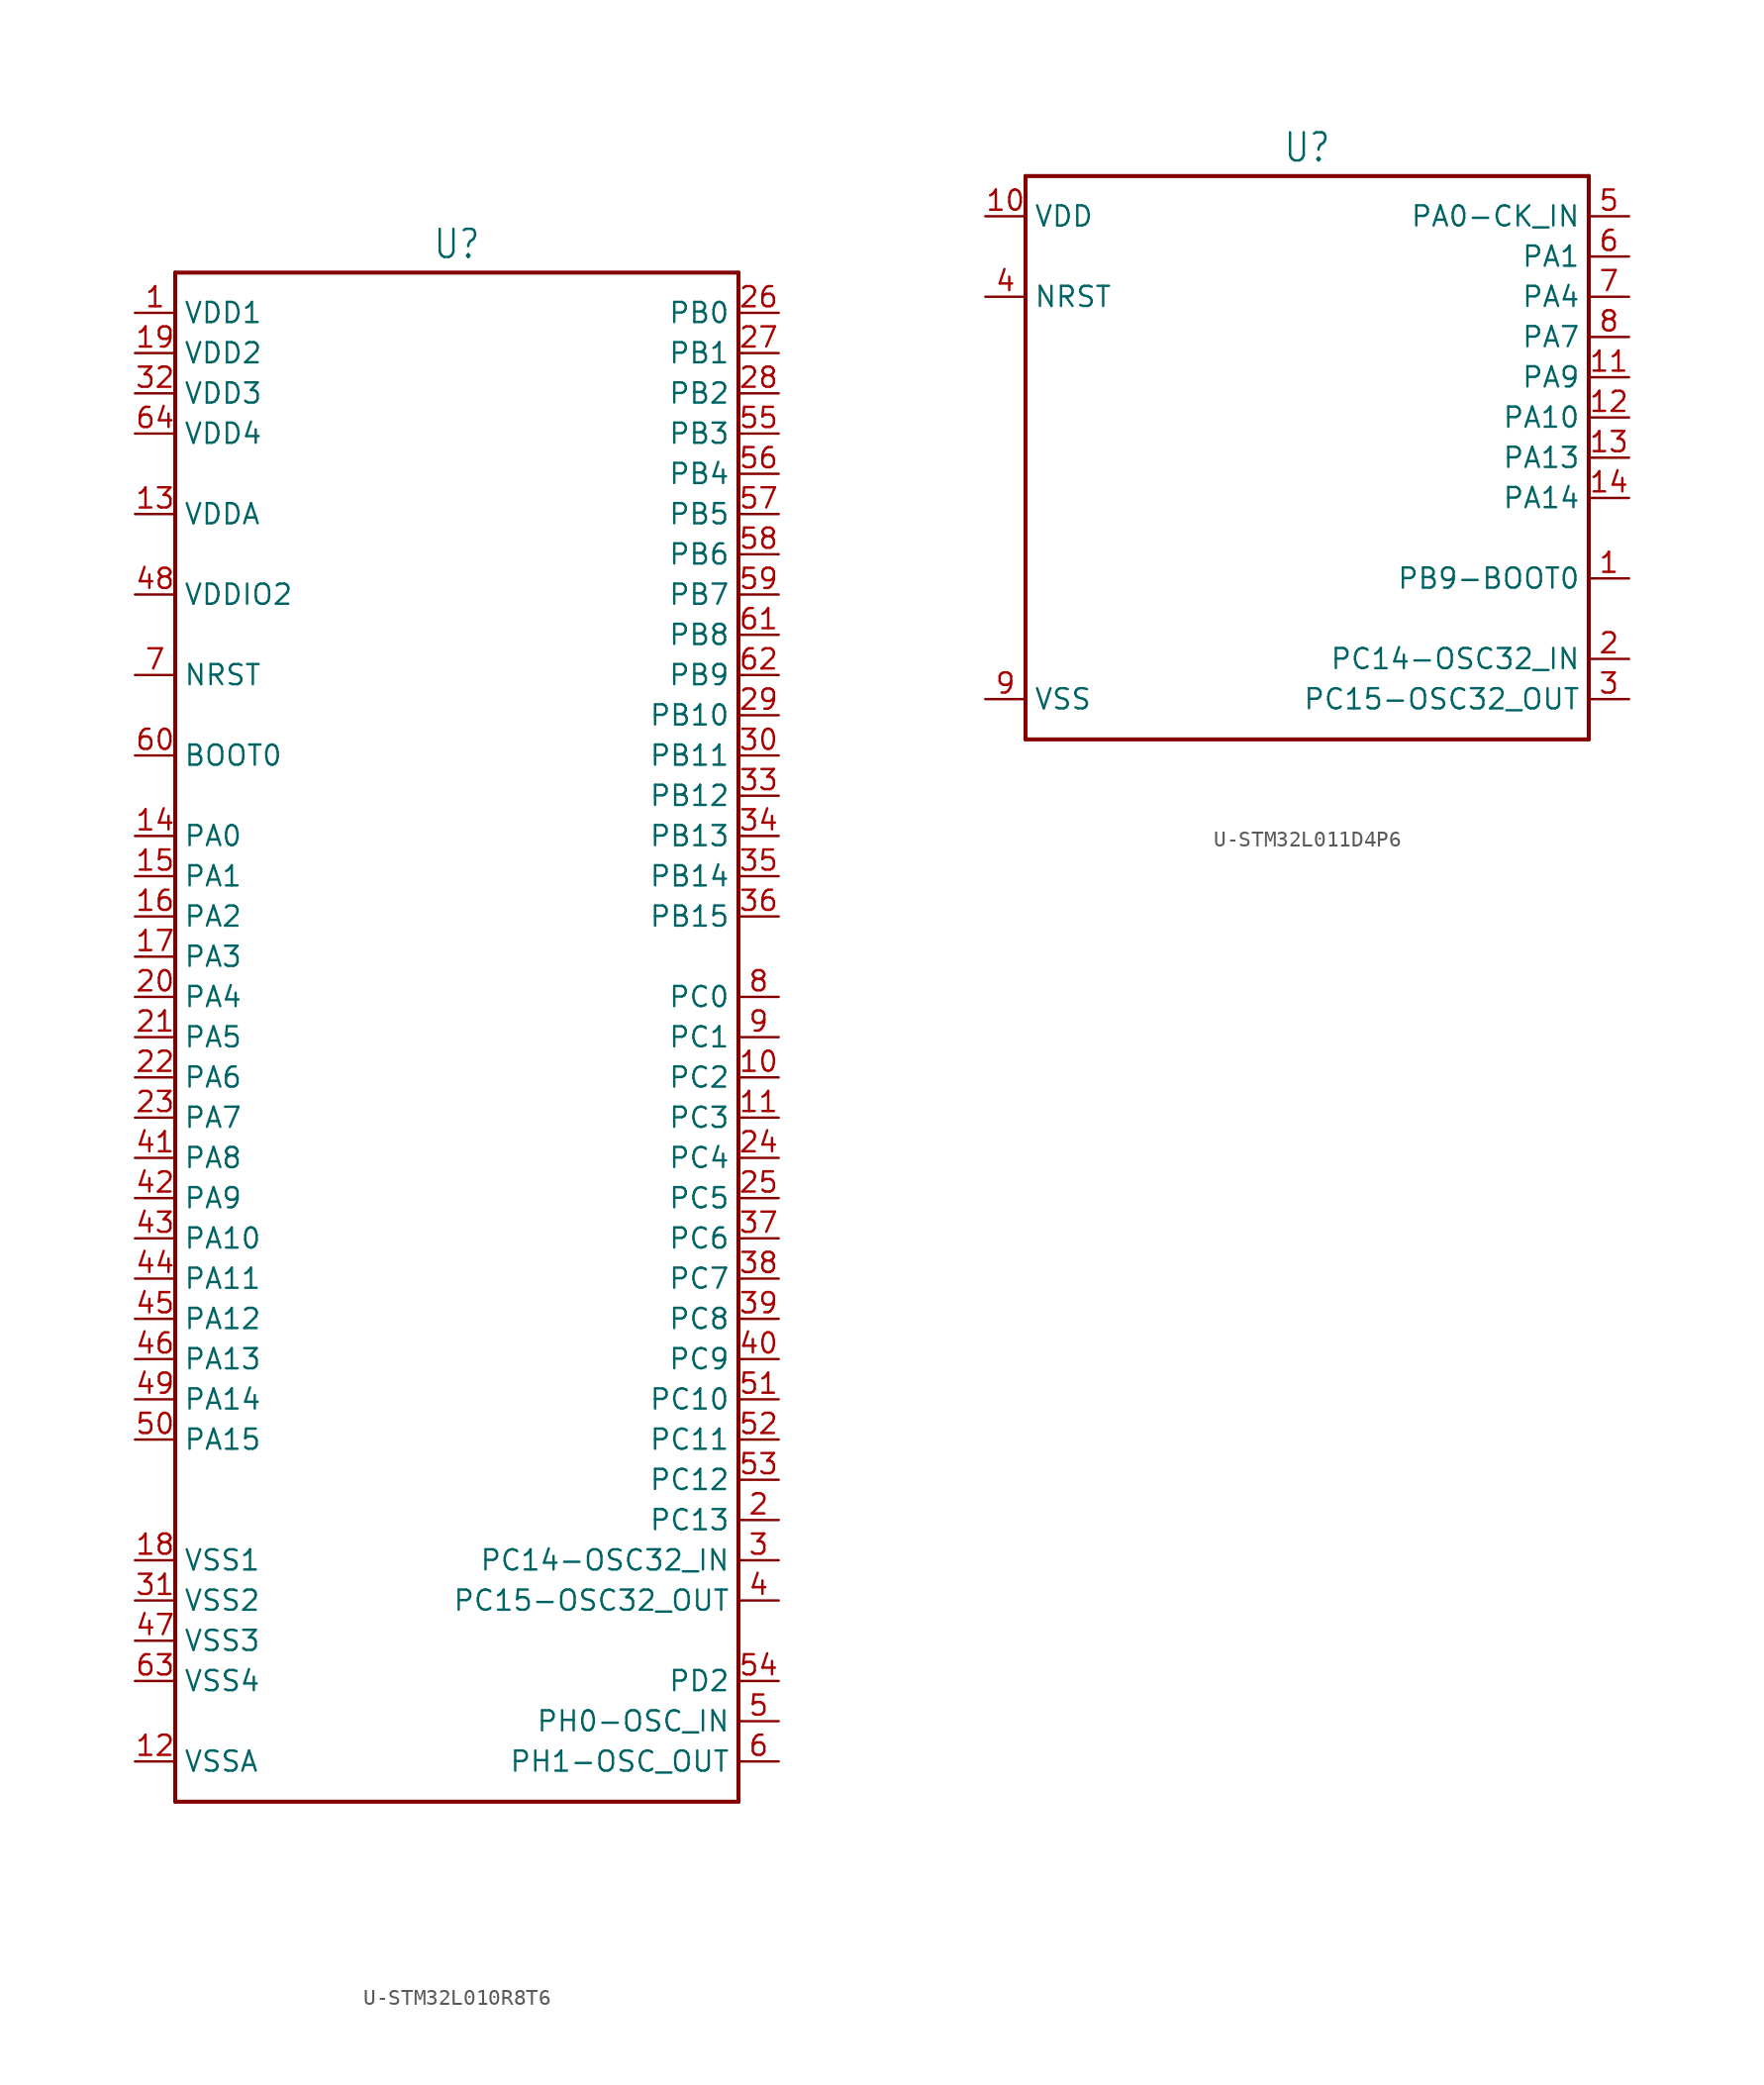
<source format=kicad_sym>
(kicad_symbol_lib
  (version 20231120)
  (generator "kicad_symbol_editor")
  (generator_version "8.0")
  (symbol "U-STM32L010R8T6"
    (property "Reference" "U"
      (at 0 49.022 0)
      (effects (font (size 1.778 1.511)) (justify bottom)))
    (property "Value" ""
      (at 0 -49.022 0)
      (effects (font (size 1.778 1.511)) (justify top)))
    (property "ki_locked" ""
      (at 0 0 0)
      (effects (font (size 1.27 1.27))))
    (symbol "U-STM32L010R8T6_1_0"
      (polyline (pts (xy -17.78 -48.26) (xy -17.78 48.26)) (stroke (width 0.254) (type solid)) (fill (type none)))
      (polyline (pts (xy -17.78 48.26) (xy 17.78 48.26)) (stroke (width 0.254) (type solid)) (fill (type none)))
      (polyline (pts (xy 17.78 -48.26) (xy -17.78 -48.26)) (stroke (width 0.254) (type solid)) (fill (type none)))
      (polyline (pts (xy 17.78 48.26) (xy 17.78 -48.26)) (stroke (width 0.254) (type solid)) (fill (type none)))
      (pin passive line (at -20.32 45.72 0) (length 2.54) (name "VDD1" (effects (font (size 1.27 1.27)))) (number "1" (effects (font (size 1.27 1.27)))))
      (pin passive line (at 20.32 -2.54 180) (length 2.54) (name "PC2" (effects (font (size 1.27 1.27)))) (number "10" (effects (font (size 1.27 1.27)))))
      (pin passive line (at 20.32 -5.08 180) (length 2.54) (name "PC3" (effects (font (size 1.27 1.27)))) (number "11" (effects (font (size 1.27 1.27)))))
      (pin passive line (at -20.32 -45.72 0) (length 2.54) (name "VSSA" (effects (font (size 1.27 1.27)))) (number "12" (effects (font (size 1.27 1.27)))))
      (pin passive line (at -20.32 33.02 0) (length 2.54) (name "VDDA" (effects (font (size 1.27 1.27)))) (number "13" (effects (font (size 1.27 1.27)))))
      (pin passive line (at -20.32 12.7 0) (length 2.54) (name "PA0" (effects (font (size 1.27 1.27)))) (number "14" (effects (font (size 1.27 1.27)))))
      (pin passive line (at -20.32 10.16 0) (length 2.54) (name "PA1" (effects (font (size 1.27 1.27)))) (number "15" (effects (font (size 1.27 1.27)))))
      (pin passive line (at -20.32 7.62 0) (length 2.54) (name "PA2" (effects (font (size 1.27 1.27)))) (number "16" (effects (font (size 1.27 1.27)))))
      (pin passive line (at -20.32 5.08 0) (length 2.54) (name "PA3" (effects (font (size 1.27 1.27)))) (number "17" (effects (font (size 1.27 1.27)))))
      (pin passive line (at -20.32 -33.02 0) (length 2.54) (name "VSS1" (effects (font (size 1.27 1.27)))) (number "18" (effects (font (size 1.27 1.27)))))
      (pin passive line (at -20.32 43.18 0) (length 2.54) (name "VDD2" (effects (font (size 1.27 1.27)))) (number "19" (effects (font (size 1.27 1.27)))))
      (pin passive line (at 20.32 -30.48 180) (length 2.54) (name "PC13" (effects (font (size 1.27 1.27)))) (number "2" (effects (font (size 1.27 1.27)))))
      (pin passive line (at -20.32 2.54 0) (length 2.54) (name "PA4" (effects (font (size 1.27 1.27)))) (number "20" (effects (font (size 1.27 1.27)))))
      (pin passive line (at -20.32 0 0) (length 2.54) (name "PA5" (effects (font (size 1.27 1.27)))) (number "21" (effects (font (size 1.27 1.27)))))
      (pin passive line (at -20.32 -2.54 0) (length 2.54) (name "PA6" (effects (font (size 1.27 1.27)))) (number "22" (effects (font (size 1.27 1.27)))))
      (pin passive line (at -20.32 -5.08 0) (length 2.54) (name "PA7" (effects (font (size 1.27 1.27)))) (number "23" (effects (font (size 1.27 1.27)))))
      (pin passive line (at 20.32 -7.62 180) (length 2.54) (name "PC4" (effects (font (size 1.27 1.27)))) (number "24" (effects (font (size 1.27 1.27)))))
      (pin passive line (at 20.32 -10.16 180) (length 2.54) (name "PC5" (effects (font (size 1.27 1.27)))) (number "25" (effects (font (size 1.27 1.27)))))
      (pin passive line (at 20.32 45.72 180) (length 2.54) (name "PB0" (effects (font (size 1.27 1.27)))) (number "26" (effects (font (size 1.27 1.27)))))
      (pin passive line (at 20.32 43.18 180) (length 2.54) (name "PB1" (effects (font (size 1.27 1.27)))) (number "27" (effects (font (size 1.27 1.27)))))
      (pin passive line (at 20.32 40.64 180) (length 2.54) (name "PB2" (effects (font (size 1.27 1.27)))) (number "28" (effects (font (size 1.27 1.27)))))
      (pin passive line (at 20.32 20.32 180) (length 2.54) (name "PB10" (effects (font (size 1.27 1.27)))) (number "29" (effects (font (size 1.27 1.27)))))
      (pin passive line (at 20.32 -33.02 180) (length 2.54) (name "PC14-OSC32_IN" (effects (font (size 1.27 1.27)))) (number "3" (effects (font (size 1.27 1.27)))))
      (pin passive line (at 20.32 17.78 180) (length 2.54) (name "PB11" (effects (font (size 1.27 1.27)))) (number "30" (effects (font (size 1.27 1.27)))))
      (pin passive line (at -20.32 -35.56 0) (length 2.54) (name "VSS2" (effects (font (size 1.27 1.27)))) (number "31" (effects (font (size 1.27 1.27)))))
      (pin passive line (at -20.32 40.64 0) (length 2.54) (name "VDD3" (effects (font (size 1.27 1.27)))) (number "32" (effects (font (size 1.27 1.27)))))
      (pin passive line (at 20.32 15.24 180) (length 2.54) (name "PB12" (effects (font (size 1.27 1.27)))) (number "33" (effects (font (size 1.27 1.27)))))
      (pin passive line (at 20.32 12.7 180) (length 2.54) (name "PB13" (effects (font (size 1.27 1.27)))) (number "34" (effects (font (size 1.27 1.27)))))
      (pin passive line (at 20.32 10.16 180) (length 2.54) (name "PB14" (effects (font (size 1.27 1.27)))) (number "35" (effects (font (size 1.27 1.27)))))
      (pin passive line (at 20.32 7.62 180) (length 2.54) (name "PB15" (effects (font (size 1.27 1.27)))) (number "36" (effects (font (size 1.27 1.27)))))
      (pin passive line (at 20.32 -12.7 180) (length 2.54) (name "PC6" (effects (font (size 1.27 1.27)))) (number "37" (effects (font (size 1.27 1.27)))))
      (pin passive line (at 20.32 -15.24 180) (length 2.54) (name "PC7" (effects (font (size 1.27 1.27)))) (number "38" (effects (font (size 1.27 1.27)))))
      (pin passive line (at 20.32 -17.78 180) (length 2.54) (name "PC8" (effects (font (size 1.27 1.27)))) (number "39" (effects (font (size 1.27 1.27)))))
      (pin passive line (at 20.32 -35.56 180) (length 2.54) (name "PC15-OSC32_OUT" (effects (font (size 1.27 1.27)))) (number "4" (effects (font (size 1.27 1.27)))))
      (pin passive line (at 20.32 -20.32 180) (length 2.54) (name "PC9" (effects (font (size 1.27 1.27)))) (number "40" (effects (font (size 1.27 1.27)))))
      (pin passive line (at -20.32 -7.62 0) (length 2.54) (name "PA8" (effects (font (size 1.27 1.27)))) (number "41" (effects (font (size 1.27 1.27)))))
      (pin passive line (at -20.32 -10.16 0) (length 2.54) (name "PA9" (effects (font (size 1.27 1.27)))) (number "42" (effects (font (size 1.27 1.27)))))
      (pin passive line (at -20.32 -12.7 0) (length 2.54) (name "PA10" (effects (font (size 1.27 1.27)))) (number "43" (effects (font (size 1.27 1.27)))))
      (pin passive line (at -20.32 -15.24 0) (length 2.54) (name "PA11" (effects (font (size 1.27 1.27)))) (number "44" (effects (font (size 1.27 1.27)))))
      (pin passive line (at -20.32 -17.78 0) (length 2.54) (name "PA12" (effects (font (size 1.27 1.27)))) (number "45" (effects (font (size 1.27 1.27)))))
      (pin passive line (at -20.32 -20.32 0) (length 2.54) (name "PA13" (effects (font (size 1.27 1.27)))) (number "46" (effects (font (size 1.27 1.27)))))
      (pin passive line (at -20.32 -38.1 0) (length 2.54) (name "VSS3" (effects (font (size 1.27 1.27)))) (number "47" (effects (font (size 1.27 1.27)))))
      (pin passive line (at -20.32 27.94 0) (length 2.54) (name "VDDIO2" (effects (font (size 1.27 1.27)))) (number "48" (effects (font (size 1.27 1.27)))))
      (pin passive line (at -20.32 -22.86 0) (length 2.54) (name "PA14" (effects (font (size 1.27 1.27)))) (number "49" (effects (font (size 1.27 1.27)))))
      (pin passive line (at 20.32 -43.18 180) (length 2.54) (name "PH0-OSC_IN" (effects (font (size 1.27 1.27)))) (number "5" (effects (font (size 1.27 1.27)))))
      (pin passive line (at -20.32 -25.4 0) (length 2.54) (name "PA15" (effects (font (size 1.27 1.27)))) (number "50" (effects (font (size 1.27 1.27)))))
      (pin passive line (at 20.32 -22.86 180) (length 2.54) (name "PC10" (effects (font (size 1.27 1.27)))) (number "51" (effects (font (size 1.27 1.27)))))
      (pin passive line (at 20.32 -25.4 180) (length 2.54) (name "PC11" (effects (font (size 1.27 1.27)))) (number "52" (effects (font (size 1.27 1.27)))))
      (pin passive line (at 20.32 -27.94 180) (length 2.54) (name "PC12" (effects (font (size 1.27 1.27)))) (number "53" (effects (font (size 1.27 1.27)))))
      (pin passive line (at 20.32 -40.64 180) (length 2.54) (name "PD2" (effects (font (size 1.27 1.27)))) (number "54" (effects (font (size 1.27 1.27)))))
      (pin passive line (at 20.32 38.1 180) (length 2.54) (name "PB3" (effects (font (size 1.27 1.27)))) (number "55" (effects (font (size 1.27 1.27)))))
      (pin passive line (at 20.32 35.56 180) (length 2.54) (name "PB4" (effects (font (size 1.27 1.27)))) (number "56" (effects (font (size 1.27 1.27)))))
      (pin passive line (at 20.32 33.02 180) (length 2.54) (name "PB5" (effects (font (size 1.27 1.27)))) (number "57" (effects (font (size 1.27 1.27)))))
      (pin passive line (at 20.32 30.48 180) (length 2.54) (name "PB6" (effects (font (size 1.27 1.27)))) (number "58" (effects (font (size 1.27 1.27)))))
      (pin passive line (at 20.32 27.94 180) (length 2.54) (name "PB7" (effects (font (size 1.27 1.27)))) (number "59" (effects (font (size 1.27 1.27)))))
      (pin passive line (at 20.32 -45.72 180) (length 2.54) (name "PH1-OSC_OUT" (effects (font (size 1.27 1.27)))) (number "6" (effects (font (size 1.27 1.27)))))
      (pin passive line (at -20.32 17.78 0) (length 2.54) (name "BOOT0" (effects (font (size 1.27 1.27)))) (number "60" (effects (font (size 1.27 1.27)))))
      (pin passive line (at 20.32 25.4 180) (length 2.54) (name "PB8" (effects (font (size 1.27 1.27)))) (number "61" (effects (font (size 1.27 1.27)))))
      (pin passive line (at 20.32 22.86 180) (length 2.54) (name "PB9" (effects (font (size 1.27 1.27)))) (number "62" (effects (font (size 1.27 1.27)))))
      (pin passive line (at -20.32 -40.64 0) (length 2.54) (name "VSS4" (effects (font (size 1.27 1.27)))) (number "63" (effects (font (size 1.27 1.27)))))
      (pin passive line (at -20.32 38.1 0) (length 2.54) (name "VDD4" (effects (font (size 1.27 1.27)))) (number "64" (effects (font (size 1.27 1.27)))))
      (pin passive line (at -20.32 22.86 0) (length 2.54) (name "NRST" (effects (font (size 1.27 1.27)))) (number "7" (effects (font (size 1.27 1.27)))))
      (pin passive line (at 20.32 2.54 180) (length 2.54) (name "PC0" (effects (font (size 1.27 1.27)))) (number "8" (effects (font (size 1.27 1.27)))))
      (pin passive line (at 20.32 0 180) (length 2.54) (name "PC1" (effects (font (size 1.27 1.27)))) (number "9" (effects (font (size 1.27 1.27)))))))
  (symbol "U-STM32L011D4P6"
    (property "Reference" "U"
      (at 0 18.542 0)
      (effects (font (size 1.778 1.511)) (justify bottom)))
    (property "Value" ""
      (at 0 -18.542 0)
      (effects (font (size 1.778 1.511)) (justify top)))
    (property "ki_locked" ""
      (at 0 0 0)
      (effects (font (size 1.27 1.27))))
    (symbol "U-STM32L011D4P6_1_0"
      (polyline (pts (xy -17.78 -17.78) (xy -17.78 17.78)) (stroke (width 0.254) (type solid)) (fill (type none)))
      (polyline (pts (xy -17.78 17.78) (xy 17.78 17.78)) (stroke (width 0.254) (type solid)) (fill (type none)))
      (polyline (pts (xy 17.78 -17.78) (xy -17.78 -17.78)) (stroke (width 0.254) (type solid)) (fill (type none)))
      (polyline (pts (xy 17.78 17.78) (xy 17.78 -17.78)) (stroke (width 0.254) (type solid)) (fill (type none)))
      (pin passive line (at 20.32 -7.62 180) (length 2.54) (name "PB9-BOOT0" (effects (font (size 1.27 1.27)))) (number "1" (effects (font (size 1.27 1.27)))))
      (pin passive line (at -20.32 15.24 0) (length 2.54) (name "VDD" (effects (font (size 1.27 1.27)))) (number "10" (effects (font (size 1.27 1.27)))))
      (pin passive line (at 20.32 5.08 180) (length 2.54) (name "PA9" (effects (font (size 1.27 1.27)))) (number "11" (effects (font (size 1.27 1.27)))))
      (pin passive line (at 20.32 2.54 180) (length 2.54) (name "PA10" (effects (font (size 1.27 1.27)))) (number "12" (effects (font (size 1.27 1.27)))))
      (pin passive line (at 20.32 0 180) (length 2.54) (name "PA13" (effects (font (size 1.27 1.27)))) (number "13" (effects (font (size 1.27 1.27)))))
      (pin passive line (at 20.32 -2.54 180) (length 2.54) (name "PA14" (effects (font (size 1.27 1.27)))) (number "14" (effects (font (size 1.27 1.27)))))
      (pin passive line (at 20.32 -12.7 180) (length 2.54) (name "PC14-OSC32_IN" (effects (font (size 1.27 1.27)))) (number "2" (effects (font (size 1.27 1.27)))))
      (pin passive line (at 20.32 -15.24 180) (length 2.54) (name "PC15-OSC32_OUT" (effects (font (size 1.27 1.27)))) (number "3" (effects (font (size 1.27 1.27)))))
      (pin passive line (at -20.32 10.16 0) (length 2.54) (name "NRST" (effects (font (size 1.27 1.27)))) (number "4" (effects (font (size 1.27 1.27)))))
      (pin passive line (at 20.32 15.24 180) (length 2.54) (name "PA0-CK_IN" (effects (font (size 1.27 1.27)))) (number "5" (effects (font (size 1.27 1.27)))))
      (pin passive line (at 20.32 12.7 180) (length 2.54) (name "PA1" (effects (font (size 1.27 1.27)))) (number "6" (effects (font (size 1.27 1.27)))))
      (pin passive line (at 20.32 10.16 180) (length 2.54) (name "PA4" (effects (font (size 1.27 1.27)))) (number "7" (effects (font (size 1.27 1.27)))))
      (pin passive line (at 20.32 7.62 180) (length 2.54) (name "PA7" (effects (font (size 1.27 1.27)))) (number "8" (effects (font (size 1.27 1.27)))))
      (pin passive line (at -20.32 -15.24 0) (length 2.54) (name "VSS" (effects (font (size 1.27 1.27)))) (number "9" (effects (font (size 1.27 1.27))))))))
</source>
